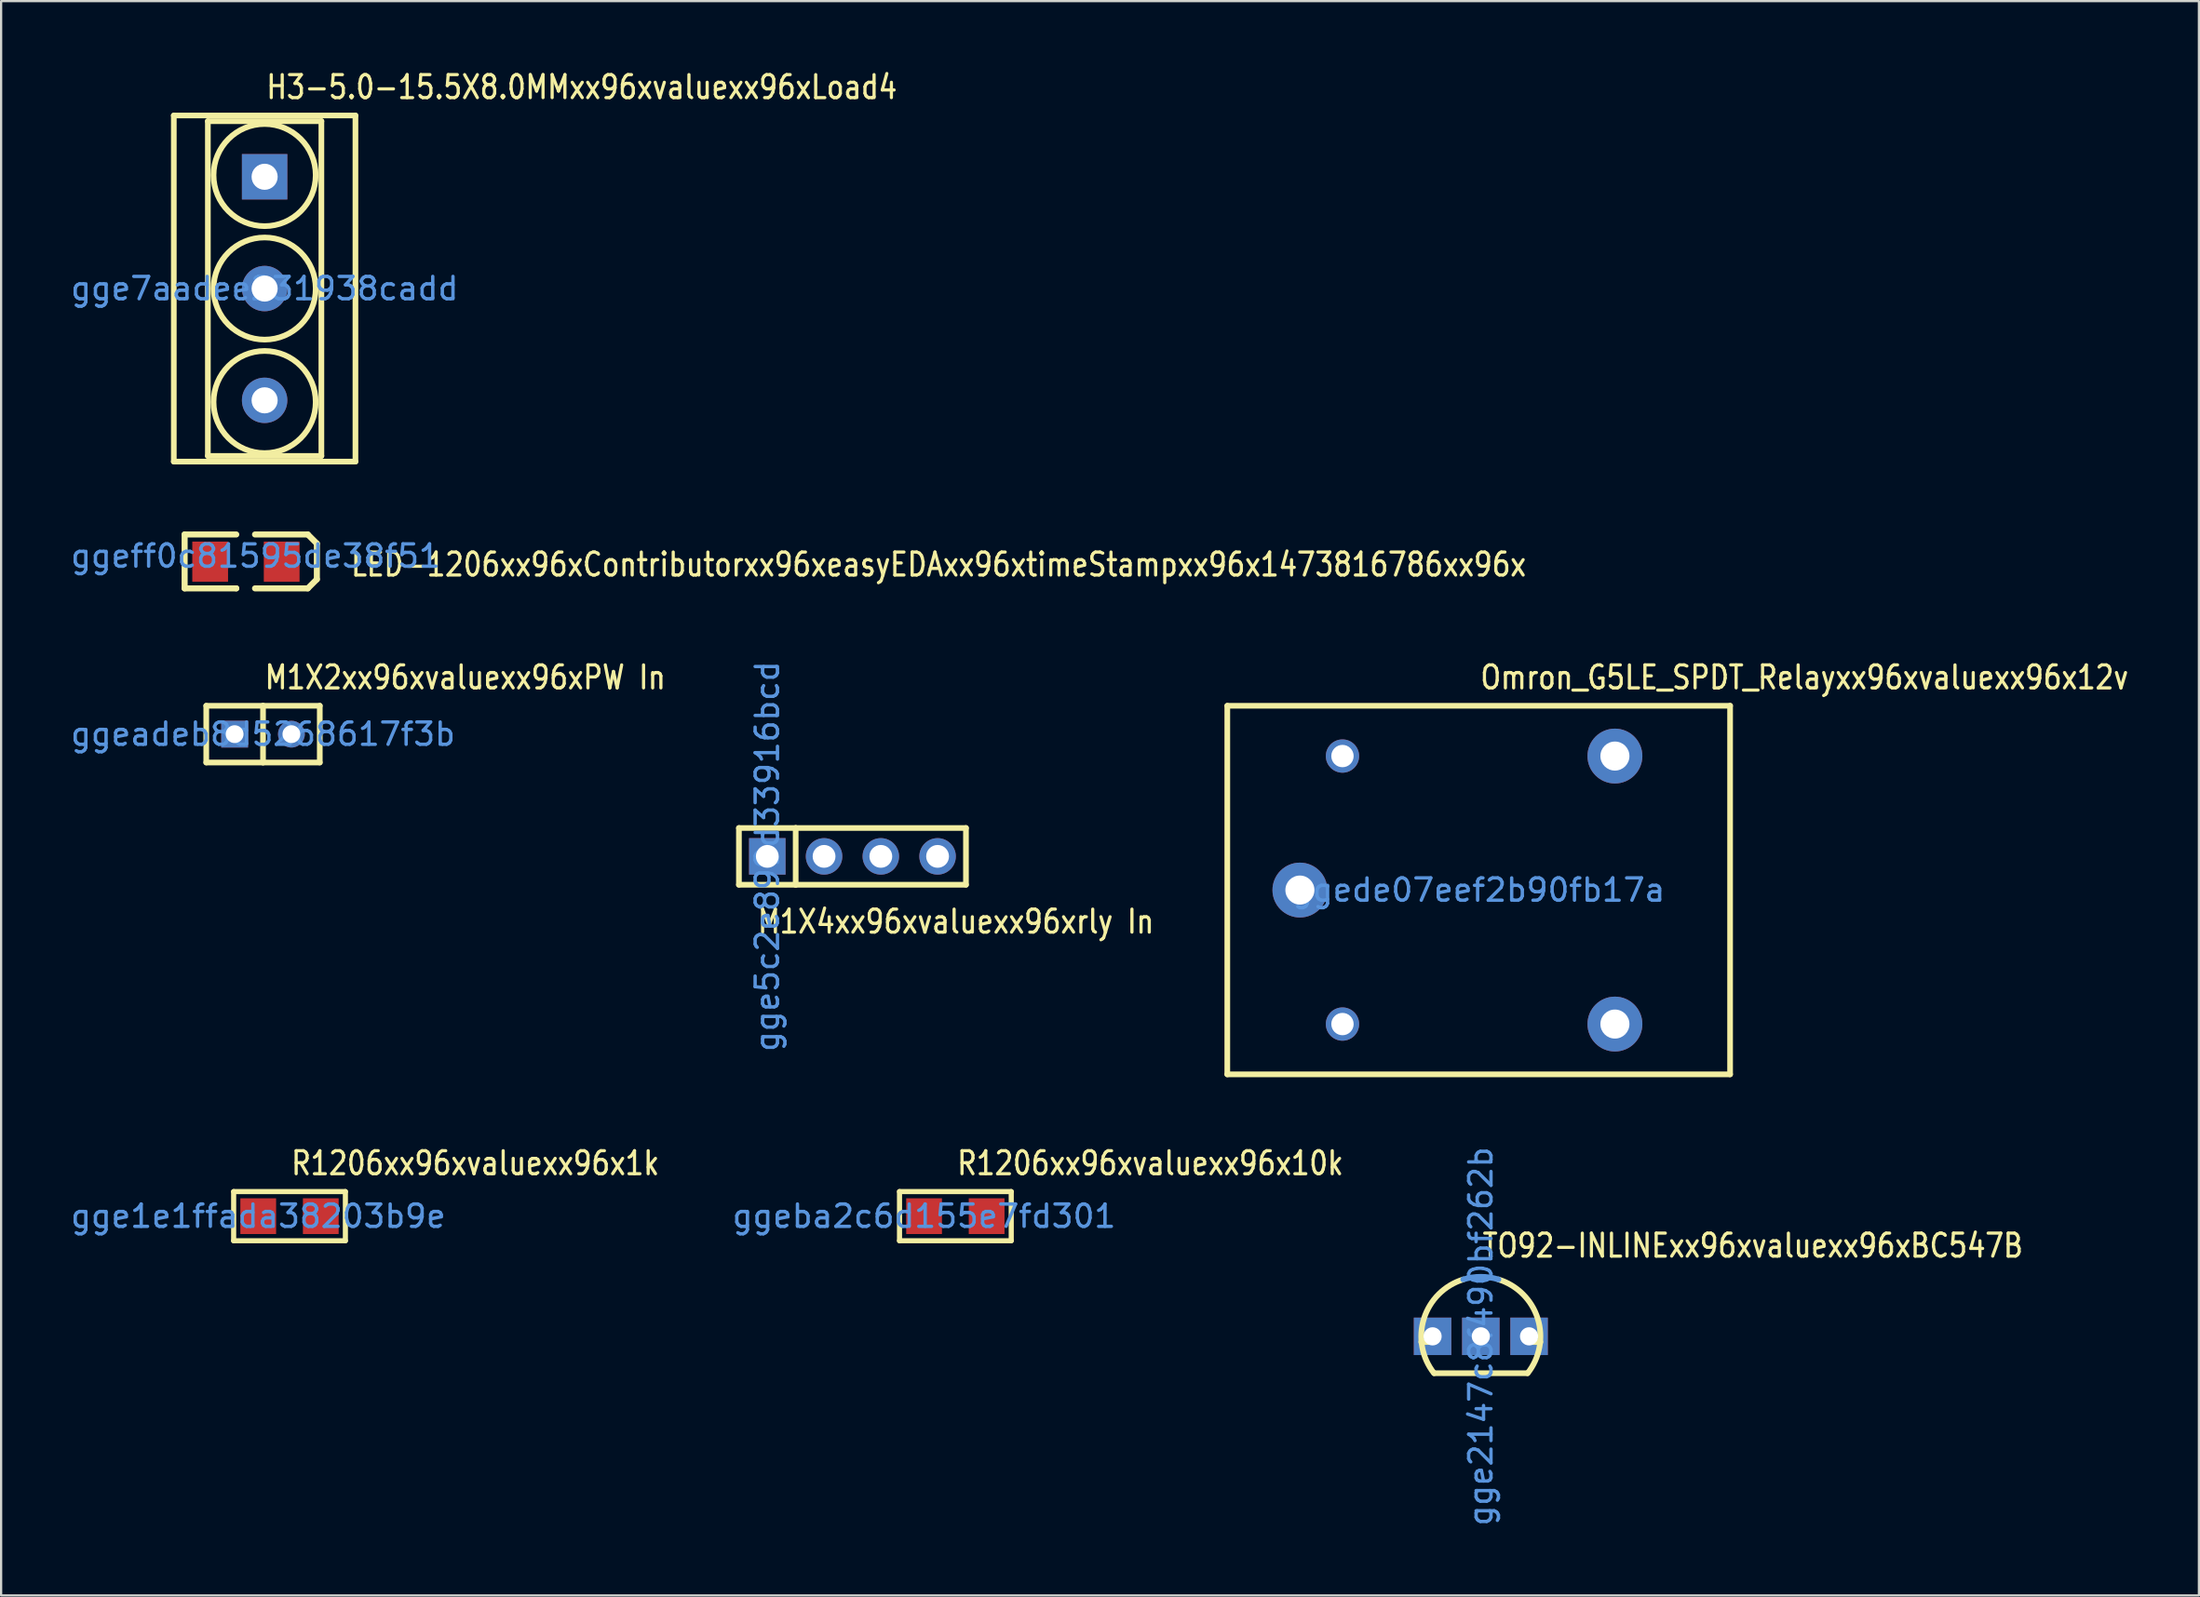
<source format=kicad_pcb>
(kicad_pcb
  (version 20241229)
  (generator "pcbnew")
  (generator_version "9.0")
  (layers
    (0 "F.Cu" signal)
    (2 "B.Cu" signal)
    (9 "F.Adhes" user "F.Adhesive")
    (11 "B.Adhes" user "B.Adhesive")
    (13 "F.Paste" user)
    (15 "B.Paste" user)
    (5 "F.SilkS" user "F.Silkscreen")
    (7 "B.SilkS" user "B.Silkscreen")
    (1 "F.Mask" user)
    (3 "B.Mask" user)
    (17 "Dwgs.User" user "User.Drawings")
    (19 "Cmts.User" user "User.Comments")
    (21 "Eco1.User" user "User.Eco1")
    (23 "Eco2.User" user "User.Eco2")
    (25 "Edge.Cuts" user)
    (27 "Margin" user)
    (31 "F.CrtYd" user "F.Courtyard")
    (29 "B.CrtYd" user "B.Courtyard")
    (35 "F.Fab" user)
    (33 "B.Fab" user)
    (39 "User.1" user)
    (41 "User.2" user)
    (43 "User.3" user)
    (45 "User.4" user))
  (footprint "TO92-INLINExx96xvaluexx96xBC547B"
    (layer "F.Cu")
    (at 63.217 56.775)
    (property "Reference" "TO92-INLINExx96xvaluexx96xBC547B" (at 0 -4.061 180) (layer "F.SilkS") (effects (font (size 1.029 0.857) (thickness 0.142)) (justify left)))
    (fp_line (start -2.667 0.254) (end -2.261 0.254) (stroke (width 0.254) (type solid)) (layer "F.SilkS"))
    (fp_line (start -2.083 1.651) (end 2.083 1.651) (stroke (width 0.254) (type solid)) (layer "F.SilkS"))
    (fp_line (start 2.261 0.254) (end 2.667 0.254) (stroke (width 0.254) (type solid)) (layer "F.SilkS"))
    (fp_arc (start -2.095 1.651) (mid -2.545959 -0.792485) (end -0.786603 -2.547093) (stroke (width 0.254) (type solid)) (layer "F.SilkS"))
    (fp_arc (start 0.787 -2.548) (mid 2.546931 -0.792671) (end 2.095703 1.651696) (stroke (width 0.254) (type solid)) (layer "F.SilkS"))
    (fp_arc (start -0.787 -2.548) (mid 0.000357 -2.666772) (end 0.787682 -2.547789) (stroke (width 0.254) (type solid)) (layer "Cmts.User"))
    (fp_text user "gge2147c8f490bf262b" (at 0 0 90) (layer "Cmts.User") (effects (font (size 1 1) (thickness 0.15))))
    (pad "1" thru_hole rect (at -2.159 0) (size 1.676 1.676) (drill 0.813) (layers "*.Cu" "*.Paste" "*.Mask"))
    (pad "2" thru_hole rect (at 0 0) (size 1.676 1.676) (drill 0.813) (layers "*.Cu" "*.Paste" "*.Mask"))
    (pad "3" thru_hole rect (at 2.159 0) (size 1.676 1.676) (drill 0.813) (layers "*.Cu" "*.Paste" "*.Mask")))
  (footprint "M1X2xx96xvaluexx96xPW In"
    (layer "F.Cu")
    (at 8.72 29.816)
    (property "Reference" "M1X2xx96xvaluexx96xPW In" (at 0 -2.54 180) (layer "F.SilkS") (effects (font (size 1.029 0.857) (thickness 0.142)) (justify left)))
    (fp_line (start -2.54 -1.27) (end 0 -1.27) (stroke (width 0.254) (type solid)) (layer "F.SilkS"))
    (fp_line (start -2.54 1.27) (end -2.54 -1.27) (stroke (width 0.254) (type solid)) (layer "F.SilkS"))
    (fp_line (start 0 -1.27) (end 2.54 -1.27) (stroke (width 0.254) (type solid)) (layer "F.SilkS"))
    (fp_line (start 0 1.27) (end -2.54 1.27) (stroke (width 0.254) (type solid)) (layer "F.SilkS"))
    (fp_line (start 0 1.27) (end 0 -1.27) (stroke (width 0.254) (type solid)) (layer "F.SilkS"))
    (fp_line (start 2.54 -1.27) (end 2.54 1.27) (stroke (width 0.254) (type solid)) (layer "F.SilkS"))
    (fp_line (start 2.54 1.27) (end 0 1.27) (stroke (width 0.254) (type solid)) (layer "F.SilkS"))
    (fp_text user "ggeadeb8d5268617f3b" (at 0 0 180) (layer "Cmts.User") (effects (font (size 1 1) (thickness 0.15))))
    (pad "1" thru_hole rect (at -1.27 0) (size 1.199 1.199) (drill 0.798) (layers "*.Cu" "*.Paste" "*.Mask"))
    (pad "2" thru_hole circle (at 1.27 0) (size 1.199 1.199) (drill 0.798) (layers "*.Cu" "*.Paste" "*.Mask")))
  (footprint "M1X4xx96xvaluexx96xrly In"
    (layer "F.Cu")
    (at 31.287 35.288)
    (property "Reference" "M1X4xx96xvaluexx96xrly In" (at -0.508 2.921 180) (layer "F.SilkS") (effects (font (size 1.029 0.857) (thickness 0.142)) (justify left)))
    (fp_line (start -1.27 -1.27) (end 1.27 -1.27) (stroke (width 0.254) (type solid)) (layer "F.SilkS"))
    (fp_line (start -1.27 1.27) (end -1.27 -1.27) (stroke (width 0.254) (type solid)) (layer "F.SilkS"))
    (fp_line (start 1.27 -1.27) (end 8.89 -1.27) (stroke (width 0.254) (type solid)) (layer "F.SilkS"))
    (fp_line (start 1.27 1.27) (end -1.27 1.27) (stroke (width 0.254) (type solid)) (layer "F.SilkS"))
    (fp_line (start 1.27 1.27) (end 1.27 -1.27) (stroke (width 0.254) (type solid)) (layer "F.SilkS"))
    (fp_line (start 8.89 -1.27) (end 8.89 1.27) (stroke (width 0.254) (type solid)) (layer "F.SilkS"))
    (fp_line (start 8.89 1.27) (end 1.27 1.27) (stroke (width 0.254) (type solid)) (layer "F.SilkS"))
    (fp_text user "gge5c2e899d33916bcd" (at 0 0 270) (layer "Cmts.User") (effects (font (size 1 1) (thickness 0.15))))
    (pad "1" thru_hole rect (at 0 0) (size 1.633 1.633) (drill 1.021) (layers "*.Cu" "*.Paste" "*.Mask"))
    (pad "2" thru_hole circle (at 2.54 0) (size 1.633 1.633) (drill 1.021) (layers "*.Cu" "*.Paste" "*.Mask"))
    (pad "3" thru_hole circle (at 5.08 0) (size 1.633 1.633) (drill 1.021) (layers "*.Cu" "*.Paste" "*.Mask"))
    (pad "4" thru_hole circle (at 7.62 0) (size 1.633 1.633) (drill 1.021) (layers "*.Cu" "*.Paste" "*.Mask")))
  (footprint "R1206xx96xvaluexx96x10k"
    (layer "F.Cu")
    (at 38.303 51.395)
    (property "Reference" "R1206xx96xvaluexx96x10k" (at 1.4 -2.37 0) (layer "F.SilkS") (effects (font (size 1.029 0.857) (thickness 0.142)) (justify left)))
    (attr smd)
    (fp_line (start -1.1 -1.1) (end 3.9 -1.1) (stroke (width 0.229) (type solid)) (layer "F.SilkS"))
    (fp_line (start -1.1 1.1) (end -1.1 -1.1) (stroke (width 0.229) (type solid)) (layer "F.SilkS"))
    (fp_line (start 3.9 -1.1) (end 3.9 1.1) (stroke (width 0.229) (type solid)) (layer "F.SilkS"))
    (fp_line (start 3.9 1.1) (end -1.1 1.1) (stroke (width 0.229) (type solid)) (layer "F.SilkS"))
    (fp_text user "ggeba2c6d155e7fd301" (at 0 0 0) (layer "Cmts.User") (effects (font (size 1 1) (thickness 0.15))))
    (pad "1" smd rect (at 0 0) (size 1.6 1.6) (layers "F.Cu" "F.Mask" "F.Paste"))
    (pad "2" smd rect (at 2.799 0) (size 1.6 1.6) (layers "F.Cu" "F.Mask" "F.Paste")))
  (footprint "R1206xx96xvaluexx96x1k"
    (layer "F.Cu")
    (at 8.506 51.395)
    (property "Reference" "R1206xx96xvaluexx96x1k" (at 1.4 -2.37 180) (layer "F.SilkS") (effects (font (size 1.029 0.857) (thickness 0.142)) (justify left)))
    (attr smd)
    (fp_line (start -1.1 -1.1) (end 3.9 -1.1) (stroke (width 0.229) (type solid)) (layer "F.SilkS"))
    (fp_line (start -1.1 1.1) (end -1.1 -1.1) (stroke (width 0.229) (type solid)) (layer "F.SilkS"))
    (fp_line (start 3.9 -1.1) (end 3.9 1.1) (stroke (width 0.229) (type solid)) (layer "F.SilkS"))
    (fp_line (start 3.9 1.1) (end -1.1 1.1) (stroke (width 0.229) (type solid)) (layer "F.SilkS"))
    (fp_text user "gge1e1ffada38203b9e" (at 0 0 180) (layer "Cmts.User") (effects (font (size 1 1) (thickness 0.15))))
    (pad "1" smd rect (at 0 0) (size 1.6 1.6) (layers "F.Cu" "F.Mask" "F.Paste"))
    (pad "2" smd rect (at 2.799 0) (size 1.6 1.6) (layers "F.Cu" "F.Mask" "F.Paste")))
  (footprint "H3-5.0-15.5X8.0MMxx96xvaluexx96xLoad4"
    (layer "F.Cu")
    (at 8.792 9.868)
    (property "Reference" "H3-5.0-15.5X8.0MMxx96xvaluexx96xLoad4" (at 0 -9.017 0) (layer "F.SilkS") (effects (font (size 1.029 0.857) (thickness 0.142)) (justify left)))
    (fp_line (start -4.064 -7.747) (end 4.064 -7.747) (stroke (width 0.254) (type solid)) (layer "F.SilkS"))
    (fp_line (start -4.064 7.747) (end -4.064 -7.747) (stroke (width 0.254) (type solid)) (layer "F.SilkS"))
    (fp_line (start -2.54 -7.493) (end 2.54 -7.493) (stroke (width 0.254) (type solid)) (layer "F.SilkS"))
    (fp_line (start -2.54 7.493) (end -2.54 -7.493) (stroke (width 0.254) (type solid)) (layer "F.SilkS"))
    (fp_line (start 2.54 -7.493) (end 2.54 7.493) (stroke (width 0.254) (type solid)) (layer "F.SilkS"))
    (fp_line (start 2.54 7.493) (end -2.54 7.493) (stroke (width 0.254) (type solid)) (layer "F.SilkS"))
    (fp_line (start 4.064 -7.747) (end 4.064 7.747) (stroke (width 0.254) (type solid)) (layer "F.SilkS"))
    (fp_line (start 4.064 7.747) (end -4.064 7.747) (stroke (width 0.254) (type solid)) (layer "F.SilkS"))
    (fp_circle (center 0 -5.08) (end 2.286 -5.08) (stroke (width 0.254) (type solid)) (fill no) (layer "F.SilkS"))
    (fp_circle (center 0 0) (end 2.286 0) (stroke (width 0.254) (type solid)) (fill no) (layer "F.SilkS"))
    (fp_circle (center 0 5.08) (end 2.286 5.08) (stroke (width 0.254) (type solid)) (fill no) (layer "F.SilkS"))
    (fp_text user "gge7aadee231938cadd" (at 0 0 0) (layer "Cmts.User") (effects (font (size 1 1) (thickness 0.15))))
    (pad "1" thru_hole rect (at 0 -5.004) (size 2.032 2.032) (drill 1.168) (layers "*.Cu" "*.Paste" "*.Mask"))
    (pad "2" thru_hole circle (at 0 0) (size 2.032 2.032) (drill 1.168) (layers "*.Cu" "*.Paste" "*.Mask"))
    (pad "3" thru_hole circle (at 0 5.004) (size 2.032 2.032) (drill 1.168) (layers "*.Cu" "*.Paste" "*.Mask")))
  (footprint "Omron_G5LE_SPDT_Relayxx96xvaluexx96x12v"
    (layer "F.Cu")
    (at 63.122 36.796)
    (property "Reference" "Omron_G5LE_SPDT_Relayxx96xvaluexx96x12v" (at 0 -9.52 0) (layer "F.SilkS") (effects (font (size 1.029 0.857) (thickness 0.142)) (justify left)))
    (fp_line (start -11.25 -8.25) (end 11.25 -8.25) (stroke (width 0.254) (type solid)) (layer "F.SilkS"))
    (fp_line (start -11.25 8.25) (end -11.25 -8.25) (stroke (width 0.254) (type solid)) (layer "F.SilkS"))
    (fp_line (start 11.25 -8.25) (end 11.25 8.25) (stroke (width 0.254) (type solid)) (layer "F.SilkS"))
    (fp_line (start 11.25 8.25) (end -11.25 8.25) (stroke (width 0.254) (type solid)) (layer "F.SilkS"))
    (fp_text user "ggede07eef2b90fb17a" (at 0 0 0) (layer "Cmts.User") (effects (font (size 1 1) (thickness 0.15))))
    (pad "1" thru_hole circle (at -8.001 0) (size 2.456 2.456) (drill 1.3) (layers "*.Cu" "*.Paste" "*.Mask"))
    (pad "2" thru_hole circle (at -6.096 5.999) (size 1.491 1.491) (drill 1) (layers "*.Cu" "*.Paste" "*.Mask"))
    (pad "3" thru_hole circle (at 6.096 5.999) (size 2.456 2.456) (drill 1.3) (layers "*.Cu" "*.Paste" "*.Mask"))
    (pad "4" thru_hole circle (at 6.096 -5.999) (size 2.456 2.456) (drill 1.3) (layers "*.Cu" "*.Paste" "*.Mask"))
    (pad "5" thru_hole circle (at -6.096 -5.999) (size 1.491 1.491) (drill 1) (layers "*.Cu" "*.Paste" "*.Mask")))
  (footprint "LED-1206xx96xContributorxx96xeasyEDAxx96xtimeStampxx96x1473816786xx96x"
    (layer "F.Cu")
    (at 8.387 21.842)
    (property "Reference" "LED-1206xx96xContributorxx96xeasyEDAxx96xtimeStampxx96x1473816786xx96x" (at 4.191 0.381 0) (layer "F.SilkS") (effects (font (size 1.029 0.857) (thickness 0.142)) (justify left)))
    (attr smd)
    (fp_line (start -3.175 -0.965) (end -3.175 1.448) (stroke (width 0.27) (type solid)) (layer "F.SilkS"))
    (fp_line (start -3.175 1.448) (end -0.864 1.448) (stroke (width 0.27) (type solid)) (layer "F.SilkS"))
    (fp_line (start -0.864 -0.965) (end -3.175 -0.965) (stroke (width 0.27) (type solid)) (layer "F.SilkS"))
    (fp_line (start -0.864 1.448) (end -0.864 1.448) (stroke (width 0.27) (type solid)) (layer "F.SilkS"))
    (fp_line (start -0.025 1.448) (end 2.337 1.448) (stroke (width 0.27) (type solid)) (layer "F.SilkS"))
    (fp_line (start 2.337 -0.965) (end -0.025 -0.965) (stroke (width 0.27) (type solid)) (layer "F.SilkS"))
    (fp_line (start 2.337 1.448) (end 2.743 1.041) (stroke (width 0.27) (type solid)) (layer "F.SilkS"))
    (fp_line (start 2.743 -0.559) (end 2.337 -0.965) (stroke (width 0.27) (type solid)) (layer "F.SilkS"))
    (fp_line (start 2.743 1.041) (end 2.743 -0.559) (stroke (width 0.27) (type solid)) (layer "F.SilkS"))
    (fp_text user "ggeff0c81595de38f51" (at 0 0 0) (layer "Cmts.User") (effects (font (size 1 1) (thickness 0.15))))
    (pad "1" smd rect (at -2.032 0.254) (size 1.6 1.801) (layers "F.Cu" "F.Mask" "F.Paste"))
    (pad "2" smd rect (at 1.168 0.254) (size 1.6 1.801) (layers "F.Cu" "F.Mask" "F.Paste")))
  (gr_rect
    (start -3 -3)
    (end 95.352 68.376)
    (stroke (width 0.1) (type default))
    (fill no)
    (layer "Edge.Cuts")))
</source>
